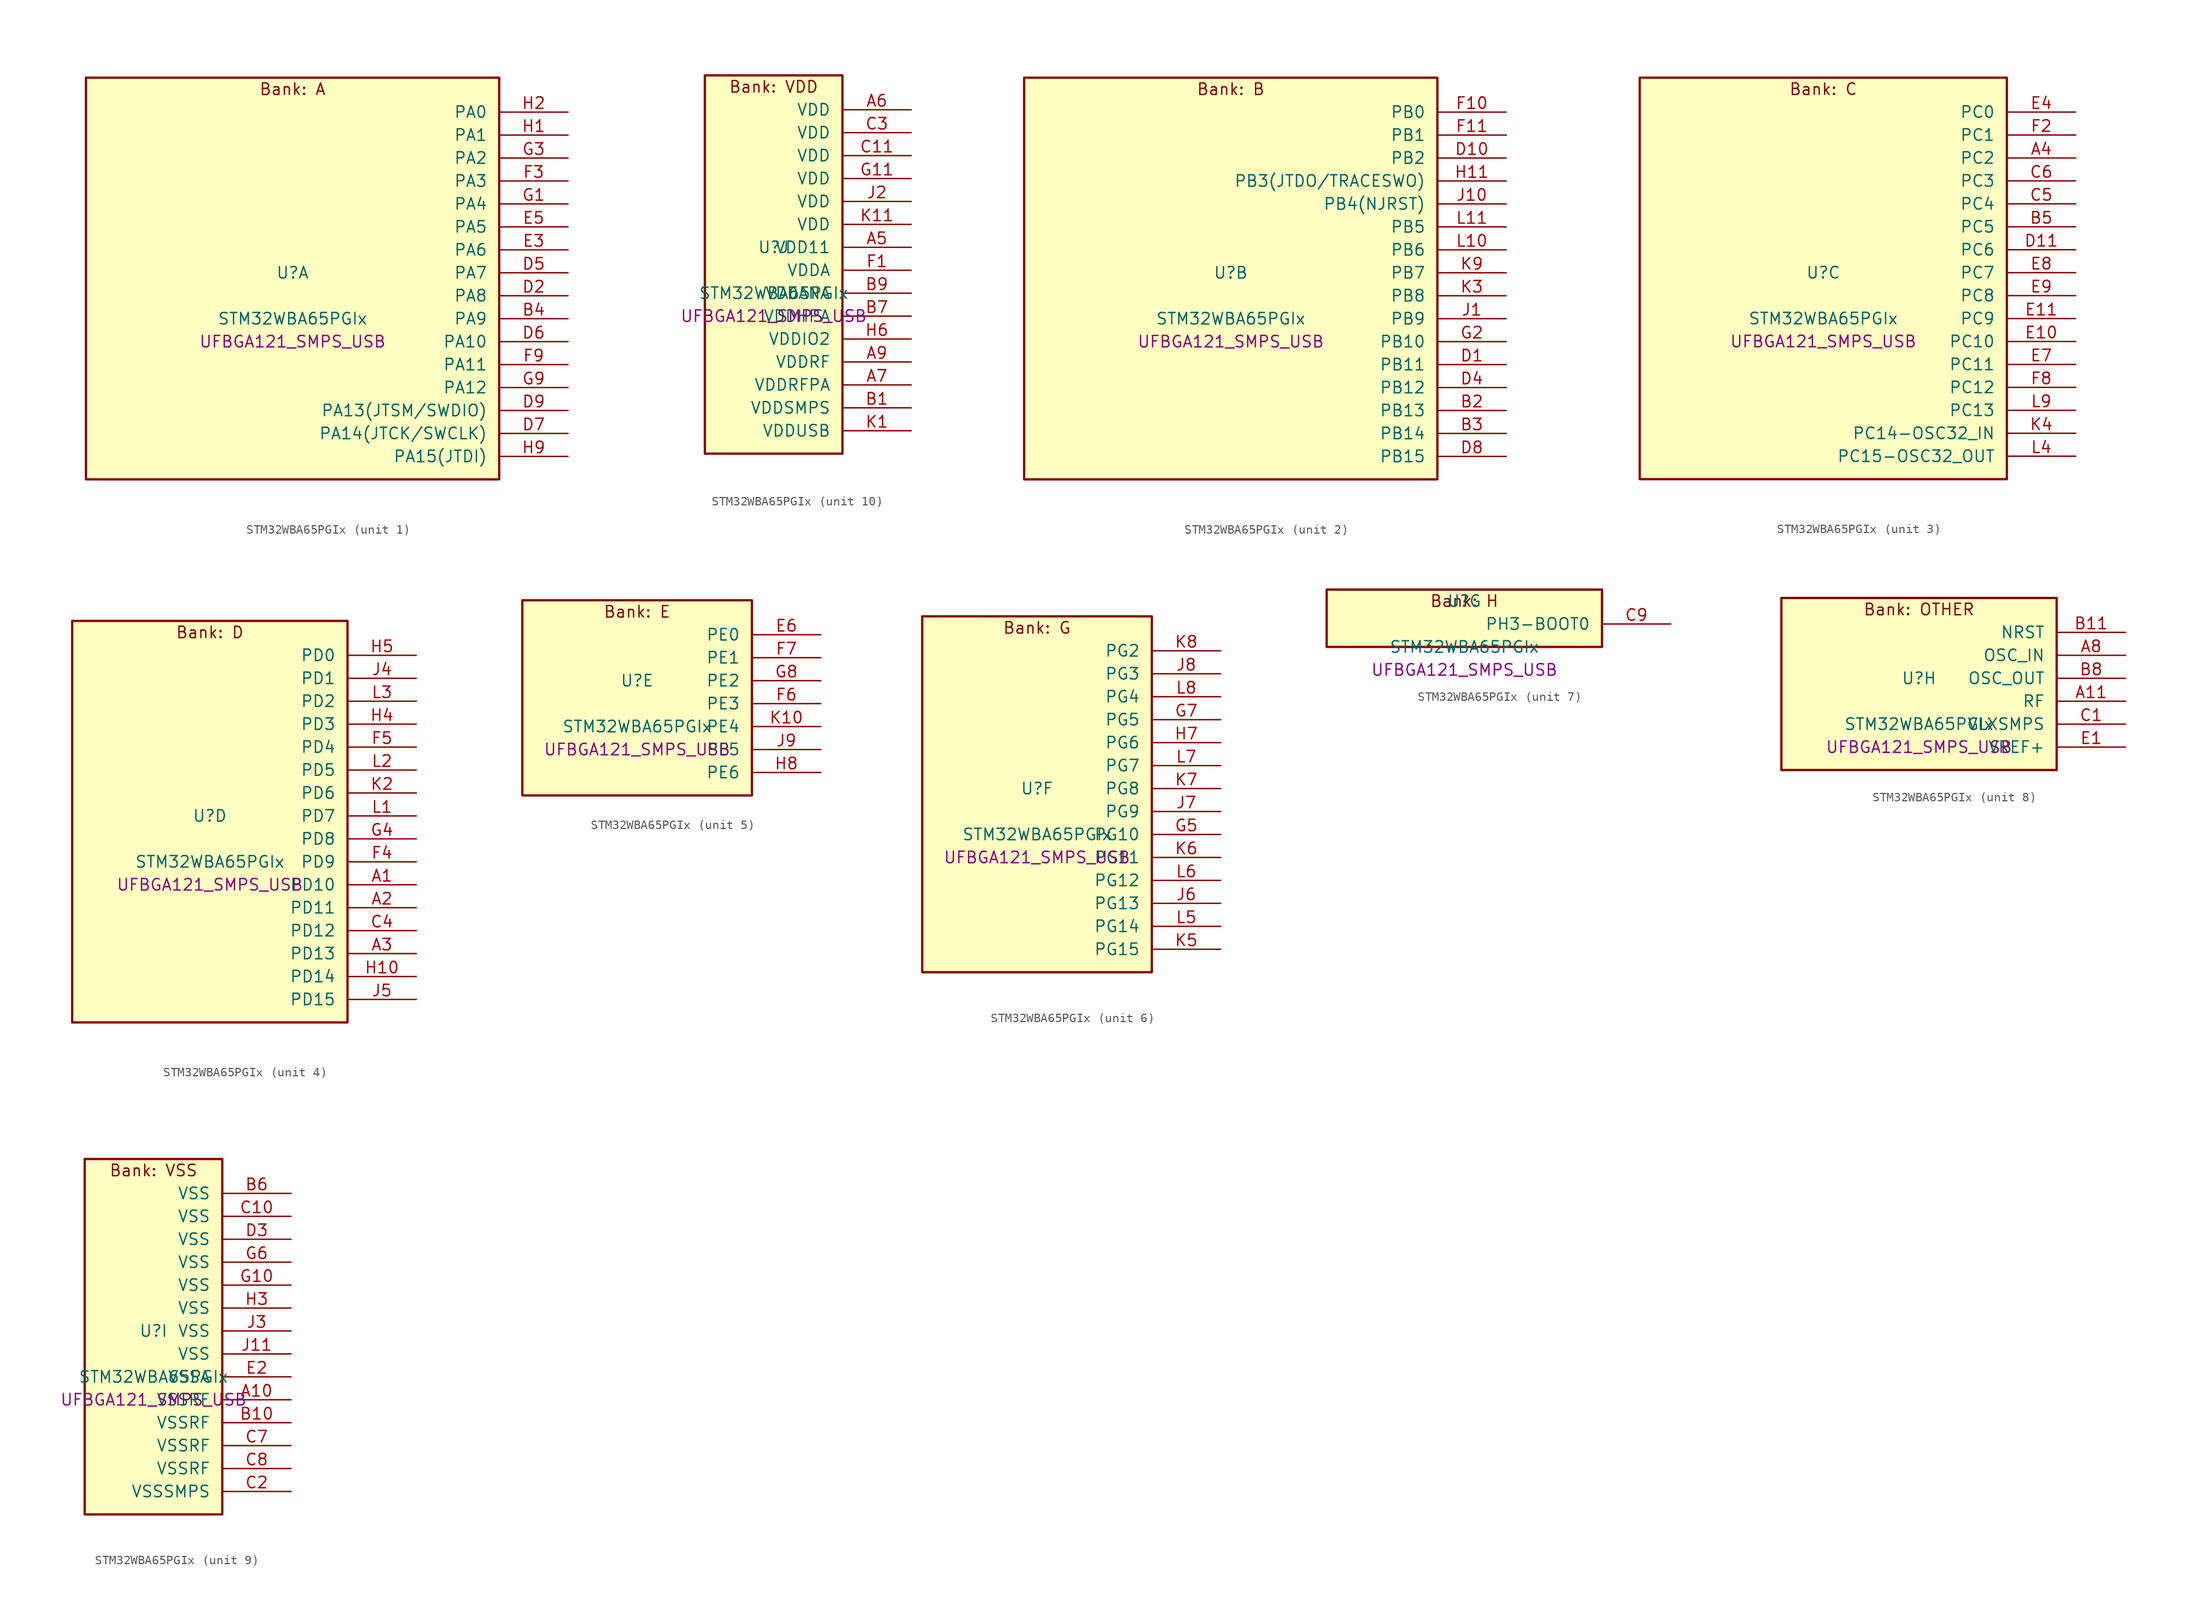
<source format=kicad_sym>
(kicad_symbol_lib
  (version 20241209)
  (generator "stm32_pkl_generator")
  (generator_version "1.0")
  (symbol "STM32WBA65PGIx"
    (pin_names
      (offset 1.27))
    (property "Reference" "U"
      (at 0 2.54 0))
    (property "Value" "STM32WBA65PGIx"
      (at 0 -2.54 0))
    (property "Footprint" "UFBGA121_SMPS_USB"
      (at 0 -5.08 0))
    (symbol "STM32WBA65PGIx_1_1"
      (rectangle (start -22.86 24.13) (end 22.86 -20.32) (stroke (width 0.254) (type solid)) (fill (type background)))
      (text "Bank: A" (at 0 22.86 0))
      (pin bidirectional line (at 30.48 20.32 180) (length 7.62) (name "PA0") (number "H2") (alternate "PA0/ADC4_IN9" bidirectional line) (alternate "PA0/COMP2_INP" bidirectional line) (alternate "PA0/LPTIM1_IN1" bidirectional line) (alternate "PA0/LPUART1_CTS" bidirectional line) (alternate "PA0/PWR_WKUP1" bidirectional line) (alternate "PA0/SPI3_SCK" bidirectional line) (alternate "PA0/TIM1_CH2N" bidirectional line) (alternate "PA0/TIM3_CH3" bidirectional line) (alternate "PA0/TIM3_ETR" bidirectional line) (alternate "PA0/TSC_G2_IO2" bidirectional line))
      (pin bidirectional line (at 30.48 17.78 180) (length 7.62) (name "PA1") (number "H1") (alternate "PA1/ADC4_IN8" bidirectional line) (alternate "PA1/COMP1_INM" bidirectional line) (alternate "PA1/LPTIM2_CH2" bidirectional line) (alternate "PA1/LPUART1_RX" bidirectional line) (alternate "PA1/PWR_WKUP3" bidirectional line) (alternate "PA1/SAI1_CK1" bidirectional line) (alternate "PA1/SPI1_RDY" bidirectional line) (alternate "PA1/SPI3_MISO" bidirectional line) (alternate "PA1/TIM17_CH1" bidirectional line) (alternate "PA1/TIM1_CH1N" bidirectional line) (alternate "PA1/TIM3_CH2" bidirectional line) (alternate "PA1/TSC_G2_IO1" bidirectional line) (alternate "PA1/USART1_CK" bidirectional line))
      (pin bidirectional line (at 30.48 15.24 180) (length 7.62) (name "PA2") (number "G3") (alternate "PA2/ADC4_IN7" bidirectional line) (alternate "PA2/COMP1_INP" bidirectional line) (alternate "PA2/LPUART1_TX" bidirectional line) (alternate "PA2/PWR_WKUP4" bidirectional line) (alternate "PA2/RCC_LSCO" bidirectional line) (alternate "PA2/SAI1_D1" bidirectional line) (alternate "PA2/TIM16_CH1" bidirectional line) (alternate "PA2/TIM1_BKIN" bidirectional line) (alternate "PA2/TIM3_CH1" bidirectional line) (alternate "PA2/TSC_G4_IO4" bidirectional line) (alternate "PA2/USART1_DE" bidirectional line) (alternate "PA2/USART1_RTS" bidirectional line))
      (pin bidirectional line (at 30.48 12.7 180) (length 7.62) (name "PA3") (number "F3") (alternate "PA3/ADC4_IN6" bidirectional line) (alternate "PA3/PWR_WKUP5" bidirectional line) (alternate "PA3/TIM16_CH1N" bidirectional line) (alternate "PA3/TSC_G4_IO2" bidirectional line) (alternate "PA3/USART1_DE" bidirectional line) (alternate "PA3/USART1_RTS" bidirectional line))
      (pin bidirectional line (at 30.48 10.16 180) (length 7.62) (name "PA4") (number "G1") (alternate "PA4/ADC4_IN5" bidirectional line) (alternate "PA4/AUDIOCLK" bidirectional line) (alternate "PA4/PWR_WKUP2" bidirectional line) (alternate "PA4/TAMP_IN6" bidirectional line) (alternate "PA4/TAMP_OUT3" bidirectional line) (alternate "PA4/TIM16_CH1" bidirectional line) (alternate "PA4/TSC_G4_IO1" bidirectional line) (alternate "PA4/USART1_CTS" bidirectional line))
      (pin bidirectional line (at 30.48 7.62 180) (length 7.62) (name "PA5") (number "E5") (alternate "PA5/ADC4_IN4" bidirectional line) (alternate "PA5/AUDIOCLK" bidirectional line) (alternate "PA5/LPTIM2_ETR" bidirectional line) (alternate "PA5/PWR_CSLEEP" bidirectional line) (alternate "PA5/PWR_WKUP6" bidirectional line) (alternate "PA5/SAI1_D2" bidirectional line) (alternate "PA5/SPI3_NSS" bidirectional line) (alternate "PA5/TIM2_CH1" bidirectional line) (alternate "PA5/TIM2_ETR" bidirectional line) (alternate "PA5/TSC_G1_IO4" bidirectional line) (alternate "PA5/USART1_CK" bidirectional line) (alternate "PA5/USART3_RX" bidirectional line))
      (pin bidirectional line (at 30.48 5.08 180) (length 7.62) (name "PA6") (number "E3") (alternate "PA6/ADC4_IN3" bidirectional line) (alternate "PA6/I2C3_SCL" bidirectional line) (alternate "PA6/PWR_CSTOP" bidirectional line) (alternate "PA6/PWR_WKUP7" bidirectional line) (alternate "PA6/SAI1_CK2" bidirectional line) (alternate "PA6/SAI1_MCLK_A" bidirectional line) (alternate "PA6/SPI3_RDY" bidirectional line) (alternate "PA6/TIM2_CH4" bidirectional line) (alternate "PA6/TSC_G1_IO3" bidirectional line) (alternate "PA6/USART1_DE" bidirectional line) (alternate "PA6/USART1_RTS" bidirectional line) (alternate "PA6/USART3_CTS" bidirectional line))
      (pin bidirectional line (at 30.48 2.54 180) (length 7.62) (name "PA7") (number "D5") (alternate "PA7/ADC4_IN2" bidirectional line) (alternate "PA7/COMP1_OUT" bidirectional line) (alternate "PA7/I2C3_SDA" bidirectional line) (alternate "PA7/PWR_WKUP8" bidirectional line) (alternate "PA7/SAI1_SCK_A" bidirectional line) (alternate "PA7/SPI3_SCK" bidirectional line) (alternate "PA7/TAMP_IN1" bidirectional line) (alternate "PA7/TAMP_OUT2" bidirectional line) (alternate "PA7/TIM2_CH3" bidirectional line) (alternate "PA7/TSC_G1_IO2" bidirectional line) (alternate "PA7/USART1_CTS" bidirectional line) (alternate "PA7/USART3_TX" bidirectional line))
      (pin bidirectional line (at 30.48 0 180) (length 7.62) (name "PA8") (number "D2") (alternate "PA8/ADC4_IN1" bidirectional line) (alternate "PA8/LPTIM1_CH2" bidirectional line) (alternate "PA8/RCC_MCO" bidirectional line) (alternate "PA8/SAI1_FS_A" bidirectional line) (alternate "PA8/SPI3_RDY" bidirectional line) (alternate "PA8/TIM2_CH2" bidirectional line) (alternate "PA8/TSC_G1_IO1" bidirectional line) (alternate "PA8/USART1_RX" bidirectional line) (alternate "PA8/USB_OTG_HS_SOF" bidirectional line))
      (pin bidirectional line (at 30.48 -2.54 180) (length 7.62) (name "PA9") (number "B4") (alternate "PA9/LPUART1_DE" bidirectional line) (alternate "PA9/LPUART1_RTS" bidirectional line) (alternate "PA9/SAI1_CK1" bidirectional line) (alternate "PA9/SPI2_MISO" bidirectional line) (alternate "PA9/SPI2_SCK" bidirectional line) (alternate "PA9/TIM3_CH2" bidirectional line))
      (pin bidirectional line (at 30.48 -5.08 180) (length 7.62) (name "PA10") (number "D6") (alternate "PA10/LPUART1_RX" bidirectional line) (alternate "PA10/SAI1_D1" bidirectional line) (alternate "PA10/SPI2_NSS" bidirectional line) (alternate "PA10/TIM3_CH1" bidirectional line))
      (pin bidirectional line (at 30.48 -7.62 180) (length 7.62) (name "PA11") (number "F9") (alternate "PA11/LPTIM2_CH1" bidirectional line) (alternate "PA11/RF_ANTSW1" bidirectional line) (alternate "PA11/TIM1_CH1" bidirectional line) (alternate "PA11/USART2_RX" bidirectional line))
      (pin bidirectional line (at 30.48 -10.16 180) (length 7.62) (name "PA12") (number "G9") (alternate "PA12/COMP2_OUT" bidirectional line) (alternate "PA12/PTA_STATUS" bidirectional line) (alternate "PA12/PWR_WKUP6" bidirectional line) (alternate "PA12/RF_ANTSW0" bidirectional line) (alternate "PA12/SPI1_NSS" bidirectional line) (alternate "PA12/TIM1_CH2" bidirectional line) (alternate "PA12/TSC_G3_IO4" bidirectional line) (alternate "PA12/USART2_TX" bidirectional line))
      (pin bidirectional line (at 30.48 -12.7 180) (length 7.62) (name "PA13(JTSM/SWDIO)") (number "D9") (alternate "PA13(JTSM/SWDIO)/DEBUG_JTMS-SWDIO" bidirectional line) (alternate "PA13(JTSM/SWDIO)/IR_OUT" bidirectional line) (alternate "PA13(JTSM/SWDIO)/PTA_PRIORITY" bidirectional line))
      (pin bidirectional line (at 30.48 -15.24 180) (length 7.62) (name "PA14(JTCK/SWCLK)") (number "D7") (alternate "PA14(JTCK/SWCLK)/COMP2_OUT" bidirectional line) (alternate "PA14(JTCK/SWCLK)/DEBUG_JTCK-SWCLK" bidirectional line) (alternate "PA14(JTCK/SWCLK)/I2C4_SMBA" bidirectional line) (alternate "PA14(JTCK/SWCLK)/PTA_STATUS" bidirectional line) (alternate "PA14(JTCK/SWCLK)/TAMP_IN3" bidirectional line) (alternate "PA14(JTCK/SWCLK)/TAMP_OUT6" bidirectional line) (alternate "PA14(JTCK/SWCLK)/USART2_TX" bidirectional line) (alternate "PA14(JTCK/SWCLK)/USB_OTG_HS_SOF" bidirectional line))
      (pin bidirectional line (at 30.48 -17.78 180) (length 7.62) (name "PA15(JTDI)") (number "H9") (alternate "PA15(JTDI)/ADC4_EXTI15" bidirectional line) (alternate "PA15(JTDI)/DEBUG_JTDI" bidirectional line) (alternate "PA15(JTDI)/I2C1_SCL" bidirectional line) (alternate "PA15(JTDI)/LPTIM1_CH2" bidirectional line) (alternate "PA15(JTDI)/PTA_STATUS" bidirectional line) (alternate "PA15(JTDI)/SPI1_MOSI" bidirectional line) (alternate "PA15(JTDI)/TIM17_BKIN" bidirectional line) (alternate "PA15(JTDI)/TIM1_ETR" bidirectional line) (alternate "PA15(JTDI)/TSC_G3_IO3" bidirectional line) (alternate "PA15(JTDI)/USART2_DE" bidirectional line) (alternate "PA15(JTDI)/USART2_RTS" bidirectional line) (alternate "PA15(JTDI)/USART3_DE" bidirectional line) (alternate "PA15(JTDI)/USART3_RTS" bidirectional line)))
    (symbol "STM32WBA65PGIx_2_1"
      (rectangle (start -22.86 24.13) (end 22.86 -20.32) (stroke (width 0.254) (type solid)) (fill (type background)))
      (text "Bank: B" (at 0 22.86 0))
      (pin bidirectional line (at 30.48 20.32 180) (length 7.62) (name "PB0") (number "F10") (alternate "PB0/LPTIM2_IN2" bidirectional line) (alternate "PB0/SPI2_MOSI" bidirectional line) (alternate "PB0/TIM1_CH3N" bidirectional line) (alternate "PB0/USART2_TX" bidirectional line) (alternate "PB0/USART3_CK" bidirectional line))
      (pin bidirectional line (at 30.48 17.78 180) (length 7.62) (name "PB1") (number "F11") (alternate "PB1/I2C1_SDA" bidirectional line) (alternate "PB1/I2C3_SDA" bidirectional line) (alternate "PB1/PWR_WKUP4" bidirectional line) (alternate "PB1/TIM1_CH2N" bidirectional line) (alternate "PB1/USART2_DE" bidirectional line) (alternate "PB1/USART2_RTS" bidirectional line) (alternate "PB1/USART3_DE" bidirectional line) (alternate "PB1/USART3_RTS" bidirectional line))
      (pin bidirectional line (at 30.48 15.24 180) (length 7.62) (name "PB2") (number "D10") (alternate "PB2/I2C1_SCL" bidirectional line) (alternate "PB2/I2C3_SCL" bidirectional line) (alternate "PB2/PWR_WKUP1" bidirectional line) (alternate "PB2/RF_ANTSW2" bidirectional line) (alternate "PB2/RTC_OUT2" bidirectional line) (alternate "PB2/TIM1_CH1N" bidirectional line) (alternate "PB2/USART2_CTS" bidirectional line))
      (pin bidirectional line (at 30.48 12.7 180) (length 7.62) (name "PB3(JTDO/TRACESWO)") (number "H11") (alternate "PB3(JTDO/TRACESWO)/DEBUG_JTDO-SWO" bidirectional line) (alternate "PB3(JTDO/TRACESWO)/I2C1_SDA" bidirectional line) (alternate "PB3(JTDO/TRACESWO)/LPTIM1_IN2" bidirectional line) (alternate "PB3(JTDO/TRACESWO)/PTA_ACTIVE" bidirectional line) (alternate "PB3(JTDO/TRACESWO)/SPI1_MISO" bidirectional line) (alternate "PB3(JTDO/TRACESWO)/TIM17_CH1N" bidirectional line) (alternate "PB3(JTDO/TRACESWO)/TIM1_CH4" bidirectional line) (alternate "PB3(JTDO/TRACESWO)/TSC_G3_IO2" bidirectional line) (alternate "PB3(JTDO/TRACESWO)/USART2_CK" bidirectional line))
      (pin bidirectional line (at 30.48 10.16 180) (length 7.62) (name "PB4(NJRST)") (number "J10") (alternate "PB4(NJRST)/DEBUG_NJTRST" bidirectional line) (alternate "PB4(NJRST)/LPTIM2_IN2" bidirectional line) (alternate "PB4(NJRST)/PTA_ACTIVE" bidirectional line) (alternate "PB4(NJRST)/PTA_PRIORITY" bidirectional line) (alternate "PB4(NJRST)/SAI1_MCLK_B" bidirectional line) (alternate "PB4(NJRST)/SPI1_SCK" bidirectional line) (alternate "PB4(NJRST)/TIM17_CH1" bidirectional line) (alternate "PB4(NJRST)/TIM1_CH3" bidirectional line) (alternate "PB4(NJRST)/TSC_G3_IO1" bidirectional line) (alternate "PB4(NJRST)/USART2_RX" bidirectional line))
      (pin bidirectional line (at 30.48 7.62 180) (length 7.62) (name "PB5") (number "L11") (alternate "PB5/LPUART1_TX" bidirectional line) (alternate "PB5/SAI1_D2" bidirectional line) (alternate "PB5/SAI1_FS_B" bidirectional line) (alternate "PB5/TIM3_CH1" bidirectional line) (alternate "PB5/TSC_G5_IO4" bidirectional line))
      (pin bidirectional line (at 30.48 5.08 180) (length 7.62) (name "PB6") (number "L10") (alternate "PB6/PWR_WKUP3" bidirectional line) (alternate "PB6/SAI1_SCK_B" bidirectional line) (alternate "PB6/TIM2_CH1" bidirectional line) (alternate "PB6/TIM2_ETR" bidirectional line) (alternate "PB6/TIM4_CH1" bidirectional line) (alternate "PB6/TSC_G5_IO3" bidirectional line))
      (pin bidirectional line (at 30.48 2.54 180) (length 7.62) (name "PB7") (number "K9") (alternate "PB7/PWR_WKUP5" bidirectional line) (alternate "PB7/SAI1_SD_B" bidirectional line) (alternate "PB7/TAMP_IN5" bidirectional line) (alternate "PB7/TAMP_OUT4" bidirectional line) (alternate "PB7/TIM1_CH4N" bidirectional line) (alternate "PB7/TIM4_CH2" bidirectional line) (alternate "PB7/TSC_G5_IO2" bidirectional line))
      (pin bidirectional line (at 30.48 0 180) (length 7.62) (name "PB8") (number "K3") (alternate "PB8/COMP1_OUT" bidirectional line) (alternate "PB8/LPTIM1_ETR" bidirectional line) (alternate "PB8/PWR_PVD_IN" bidirectional line) (alternate "PB8/SPI3_MOSI" bidirectional line) (alternate "PB8/TIM16_CH1N" bidirectional line) (alternate "PB8/TIM1_CH1" bidirectional line) (alternate "PB8/TIM3_ETR" bidirectional line) (alternate "PB8/TIM4_CH3" bidirectional line) (alternate "PB8/TSC_G2_IO4" bidirectional line) (alternate "PB8/USART2_RX" bidirectional line))
      (pin bidirectional line (at 30.48 -2.54 180) (length 7.62) (name "PB9") (number "J1") (alternate "PB9/ADC4_IN10" bidirectional line) (alternate "PB9/COMP2_INM" bidirectional line) (alternate "PB9/IR_OUT" bidirectional line) (alternate "PB9/LPTIM2_IN1" bidirectional line) (alternate "PB9/LPUART1_DE" bidirectional line) (alternate "PB9/LPUART1_RTS" bidirectional line) (alternate "PB9/PWR_WKUP8" bidirectional line) (alternate "PB9/SPI2_NSS" bidirectional line) (alternate "PB9/SPI3_MISO" bidirectional line) (alternate "PB9/TIM16_CH1" bidirectional line) (alternate "PB9/TIM1_CH3N" bidirectional line) (alternate "PB9/TIM3_CH4" bidirectional line) (alternate "PB9/TIM4_CH4" bidirectional line) (alternate "PB9/TSC_G2_IO3" bidirectional line))
      (pin bidirectional line (at 30.48 -5.08 180) (length 7.62) (name "PB10") (number "G2") (alternate "PB10/I2C2_SCL" bidirectional line) (alternate "PB10/I2C4_SCL" bidirectional line) (alternate "PB10/SPI2_SCK" bidirectional line) (alternate "PB10/TIM16_BKIN" bidirectional line) (alternate "PB10/TSC_G4_IO3" bidirectional line) (alternate "PB10/USART1_CK" bidirectional line) (alternate "PB10/USART3_TX" bidirectional line))
      (pin bidirectional line (at 30.48 -7.62 180) (length 7.62) (name "PB11") (number "D1") (alternate "PB11/I2C2_SDA" bidirectional line) (alternate "PB11/I2C4_SDA" bidirectional line) (alternate "PB11/LPTIM1_CH1" bidirectional line) (alternate "PB11/LPTIM1_ETR" bidirectional line) (alternate "PB11/LPUART1_TX" bidirectional line) (alternate "PB11/SPI2_RDY" bidirectional line) (alternate "PB11/USART3_RX" bidirectional line))
      (pin bidirectional line (at 30.48 -10.16 180) (length 7.62) (name "PB12") (number "D4") (alternate "PB12/I2C2_SMBA" bidirectional line) (alternate "PB12/SAI1_SD_A" bidirectional line) (alternate "PB12/SPI1_RDY" bidirectional line) (alternate "PB12/SPI2_NSS" bidirectional line) (alternate "PB12/TIM2_CH1" bidirectional line) (alternate "PB12/TIM2_ETR" bidirectional line) (alternate "PB12/TIM3_ETR" bidirectional line) (alternate "PB12/TSC_SYNC" bidirectional line) (alternate "PB12/USART1_TX" bidirectional line) (alternate "PB12/USART3_CK" bidirectional line))
      (pin bidirectional line (at 30.48 -12.7 180) (length 7.62) (name "PB13") (number "B2") (alternate "PB13/I2C2_SCL" bidirectional line) (alternate "PB13/SPI2_SCK" bidirectional line) (alternate "PB13/TIM3_CH4" bidirectional line) (alternate "PB13/TSC_G6_IO2" bidirectional line) (alternate "PB13/USART3_CTS" bidirectional line))
      (pin bidirectional line (at 30.48 -15.24 180) (length 7.62) (name "PB14") (number "B3") (alternate "PB14/I2C2_SDA" bidirectional line) (alternate "PB14/PWR_WKUP7" bidirectional line) (alternate "PB14/RTC_REFIN" bidirectional line) (alternate "PB14/SAI1_SD_A" bidirectional line) (alternate "PB14/SPI2_MISO" bidirectional line) (alternate "PB14/TIM3_CH3" bidirectional line) (alternate "PB14/TSC_G6_IO1" bidirectional line) (alternate "PB14/USART1_TX" bidirectional line) (alternate "PB14/USART3_DE" bidirectional line) (alternate "PB14/USART3_RTS" bidirectional line))
      (pin bidirectional line (at 30.48 -17.78 180) (length 7.62) (name "PB15") (number "D8") (alternate "PB15/ADC4_EXTI15" bidirectional line) (alternate "PB15/I2C1_SMBA" bidirectional line) (alternate "PB15/I2C3_SMBA" bidirectional line) (alternate "PB15/LPUART1_CTS" bidirectional line) (alternate "PB15/PTA_GRANT" bidirectional line) (alternate "PB15/RF_EXTPABYP" bidirectional line) (alternate "PB15/TIM16_BKIN" bidirectional line) (alternate "PB15/TIM1_BKIN2" bidirectional line) (alternate "PB15/USART2_CTS" bidirectional line)))
    (symbol "STM32WBA65PGIx_3_1"
      (rectangle (start -20.32 24.13) (end 20.32 -20.32) (stroke (width 0.254) (type solid)) (fill (type background)))
      (text "Bank: C" (at 0 22.86 0))
      (pin bidirectional line (at 27.94 20.32 180) (length 7.62) (name "PC0") (number "E4") (alternate "PC0/I2C3_SCL" bidirectional line) (alternate "PC0/LPTIM1_IN1" bidirectional line) (alternate "PC0/LPTIM2_IN1" bidirectional line) (alternate "PC0/LPUART1_RX" bidirectional line) (alternate "PC0/SPI2_RDY" bidirectional line))
      (pin bidirectional line (at 27.94 17.78 180) (length 7.62) (name "PC1") (number "F2") (alternate "PC1/I2C3_SDA" bidirectional line) (alternate "PC1/LPTIM1_CH1" bidirectional line) (alternate "PC1/LPUART1_TX" bidirectional line) (alternate "PC1/SAI1_SD_A" bidirectional line) (alternate "PC1/SPI2_MOSI" bidirectional line))
      (pin bidirectional line (at 27.94 15.24 180) (length 7.62) (name "PC2") (number "A4") (alternate "PC2/LPTIM1_IN2" bidirectional line) (alternate "PC2/SPI2_MISO" bidirectional line))
      (pin bidirectional line (at 27.94 12.7 180) (length 7.62) (name "PC3") (number "C6") (alternate "PC3/LPTIM1_ETR" bidirectional line) (alternate "PC3/LPTIM2_ETR" bidirectional line) (alternate "PC3/SAI1_D1" bidirectional line) (alternate "PC3/SAI1_SD_A" bidirectional line) (alternate "PC3/SPI2_MOSI" bidirectional line) (alternate "PC3/SPI3_MOSI" bidirectional line) (alternate "PC3/TIM3_CH1" bidirectional line))
      (pin bidirectional line (at 27.94 10.16 180) (length 7.62) (name "PC4") (number "C5") (alternate "PC4/LPTIM2_CH2" bidirectional line) (alternate "PC4/SAI1_D2" bidirectional line) (alternate "PC4/SAI1_FS_A" bidirectional line) (alternate "PC4/SPI3_MISO" bidirectional line) (alternate "PC4/TIM3_CH2" bidirectional line) (alternate "PC4/USART3_TX" bidirectional line))
      (pin bidirectional line (at 27.94 7.62 180) (length 7.62) (name "PC5") (number "B5") (alternate "PC5/SAI1_D3" bidirectional line) (alternate "PC5/SAI1_SD_B" bidirectional line) (alternate "PC5/TIM1_CH4N" bidirectional line) (alternate "PC5/USART3_RX" bidirectional line))
      (pin bidirectional line (at 27.94 5.08 180) (length 7.62) (name "PC6") (number "D11") (alternate "PC6/PWR_CSLEEP" bidirectional line) (alternate "PC6/TIM3_CH1" bidirectional line))
      (pin bidirectional line (at 27.94 2.54 180) (length 7.62) (name "PC7") (number "E8") (alternate "PC7/LPTIM2_CH2" bidirectional line) (alternate "PC7/PWR_CSTOP" bidirectional line) (alternate "PC7/TIM3_CH2" bidirectional line) (alternate "PC7/USART2_DE" bidirectional line) (alternate "PC7/USART2_RTS" bidirectional line))
      (pin bidirectional line (at 27.94 0 180) (length 7.62) (name "PC8") (number "E9") (alternate "PC8/TIM3_CH3" bidirectional line) (alternate "PC8/USART2_RX" bidirectional line))
      (pin bidirectional line (at 27.94 -2.54 180) (length 7.62) (name "PC9") (number "E11") (alternate "PC9/TIM3_CH4" bidirectional line) (alternate "PC9/USART2_TX" bidirectional line))
      (pin bidirectional line (at 27.94 -5.08 180) (length 7.62) (name "PC10") (number "E10") (alternate "PC10/SPI3_SCK" bidirectional line) (alternate "PC10/USART3_TX" bidirectional line))
      (pin bidirectional line (at 27.94 -7.62 180) (length 7.62) (name "PC11") (number "E7") (alternate "PC11/SPI3_MISO" bidirectional line) (alternate "PC11/USART3_RX" bidirectional line))
      (pin bidirectional line (at 27.94 -10.16 180) (length 7.62) (name "PC12") (number "F8") (alternate "PC12/SPI3_MOSI" bidirectional line) (alternate "PC12/USART3_CK" bidirectional line))
      (pin bidirectional line (at 27.94 -12.7 180) (length 7.62) (name "PC13") (number "L9") (alternate "PC13/PWR_WKUP2" bidirectional line) (alternate "PC13/RTC_OUT1" bidirectional line) (alternate "PC13/RTC_TS" bidirectional line) (alternate "PC13/TAMP_IN4" bidirectional line) (alternate "PC13/TAMP_OUT5" bidirectional line) (alternate "PC13/TIM1_BKIN2" bidirectional line) (alternate "PC13/TSC_G5_IO1" bidirectional line))
      (pin bidirectional line (at 27.94 -15.24 180) (length 7.62) (name "PC14-OSC32_IN") (number "K4") (alternate "PC14-OSC32_IN/RCC_OSC32_IN" bidirectional line))
      (pin bidirectional line (at 27.94 -17.78 180) (length 7.62) (name "PC15-OSC32_OUT") (number "L4") (alternate "PC15-OSC32_OUT/ADC4_EXTI15" bidirectional line) (alternate "PC15-OSC32_OUT/RCC_OSC32_OUT" bidirectional line)))
    (symbol "STM32WBA65PGIx_4_1"
      (rectangle (start -15.24 24.13) (end 15.24 -20.32) (stroke (width 0.254) (type solid)) (fill (type background)))
      (text "Bank: D" (at 0 22.86 0))
      (pin bidirectional line (at 22.86 20.32 180) (length 7.62) (name "PD0") (number "H5") (alternate "PD0/SPI2_NSS" bidirectional line) (alternate "PD0/TSC_G8_IO3" bidirectional line))
      (pin bidirectional line (at 22.86 17.78 180) (length 7.62) (name "PD1") (number "J4") (alternate "PD1/SPI2_SCK" bidirectional line) (alternate "PD1/TSC_G8_IO2" bidirectional line))
      (pin bidirectional line (at 22.86 15.24 180) (length 7.62) (name "PD2") (number "L3") (alternate "PD2/TIM3_ETR" bidirectional line) (alternate "PD2/TSC_SYNC" bidirectional line) (alternate "PD2/USART3_DE" bidirectional line) (alternate "PD2/USART3_RTS" bidirectional line))
      (pin bidirectional line (at 22.86 12.7 180) (length 7.62) (name "PD3") (number "H4") (alternate "PD3/SPI2_MISO" bidirectional line) (alternate "PD3/SPI2_SCK" bidirectional line) (alternate "PD3/TSC_G8_IO1" bidirectional line) (alternate "PD3/USART2_CTS" bidirectional line))
      (pin bidirectional line (at 22.86 10.16 180) (length 7.62) (name "PD4") (number "F5") (alternate "PD4/LPTIM2_IN2" bidirectional line) (alternate "PD4/USART3_RX" bidirectional line))
      (pin bidirectional line (at 22.86 7.62 180) (length 7.62) (name "PD5") (number "L2") (alternate "PD5/SAI1_D1" bidirectional line) (alternate "PD5/SAI1_SD_A" bidirectional line) (alternate "PD5/SPI3_MOSI" bidirectional line) (alternate "PD5/USART2_RX" bidirectional line))
      (pin bidirectional line (at 22.86 5.08 180) (length 7.62) (name "PD6") (number "K2") (alternate "PD6/USB_OTG_HS_DP" bidirectional line))
      (pin bidirectional line (at 22.86 2.54 180) (length 7.62) (name "PD7") (number "L1") (alternate "PD7/USB_OTG_HS_DM" bidirectional line))
      (pin bidirectional line (at 22.86 0 180) (length 7.62) (name "PD8") (number "G4") (alternate "PD8/USART2_CK" bidirectional line) (alternate "PD8/USB_OTG_HS_ID" bidirectional line))
      (pin bidirectional line (at 22.86 -2.54 180) (length 7.62) (name "PD9") (number "F4") (alternate "PD9/USART2_TX" bidirectional line) (alternate "PD9/USART3_TX" bidirectional line) (alternate "PD9/USB_OTG_HS_VBUS" bidirectional line))
      (pin bidirectional line (at 22.86 -5.08 180) (length 7.62) (name "PD10") (number "A1") (alternate "PD10/LPTIM2_CH2" bidirectional line) (alternate "PD10/USART3_CK" bidirectional line))
      (pin bidirectional line (at 22.86 -7.62 180) (length 7.62) (name "PD11") (number "A2") (alternate "PD11/I2C4_SMBA" bidirectional line) (alternate "PD11/LPTIM2_ETR" bidirectional line) (alternate "PD11/USART3_CTS" bidirectional line))
      (pin bidirectional line (at 22.86 -10.16 180) (length 7.62) (name "PD12") (number "C4") (alternate "PD12/I2C4_SCL" bidirectional line) (alternate "PD12/LPTIM2_IN1" bidirectional line) (alternate "PD12/TIM4_CH1" bidirectional line) (alternate "PD12/TSC_G6_IO3" bidirectional line) (alternate "PD12/USART3_DE" bidirectional line) (alternate "PD12/USART3_RTS" bidirectional line))
      (pin bidirectional line (at 22.86 -12.7 180) (length 7.62) (name "PD13") (number "A3") (alternate "PD13/I2C4_SDA" bidirectional line) (alternate "PD13/LPTIM2_CH1" bidirectional line) (alternate "PD13/TIM4_CH2" bidirectional line) (alternate "PD13/TSC_G6_IO4" bidirectional line))
      (pin bidirectional line (at 22.86 -15.24 180) (length 7.62) (name "PD14") (number "H10") (alternate "PD14/DEBUG_TRACED3" bidirectional line) (alternate "PD14/TIM4_CH3" bidirectional line))
      (pin bidirectional line (at 22.86 -17.78 180) (length 7.62) (name "PD15") (number "J5") (alternate "PD15/ADC4_EXTI15" bidirectional line) (alternate "PD15/TIM4_CH4" bidirectional line) (alternate "PD15/TSC_G8_IO4" bidirectional line)))
    (symbol "STM32WBA65PGIx_5_1"
      (rectangle (start -12.7 11.43) (end 12.7 -10.16) (stroke (width 0.254) (type solid)) (fill (type background)))
      (text "Bank: E" (at 0 10.16 0))
      (pin bidirectional line (at 20.32 7.62 180) (length 7.62) (name "PE0") (number "E6") (alternate "PE0/DEBUG_TRACECLK" bidirectional line) (alternate "PE0/TIM16_CH1" bidirectional line) (alternate "PE0/TIM4_ETR" bidirectional line) (alternate "PE0/TSC_G7_IO4" bidirectional line))
      (pin bidirectional line (at 20.32 5.08 180) (length 7.62) (name "PE1") (number "F7") (alternate "PE1/DEBUG_TRACED0" bidirectional line) (alternate "PE1/TIM17_CH1" bidirectional line) (alternate "PE1/TSC_G7_IO3" bidirectional line))
      (pin bidirectional line (at 20.32 2.54 180) (length 7.62) (name "PE2") (number "G8") (alternate "PE2/DEBUG_TRACED1" bidirectional line) (alternate "PE2/SAI1_CK1" bidirectional line) (alternate "PE2/SAI1_MCLK_A" bidirectional line) (alternate "PE2/TIM3_ETR" bidirectional line) (alternate "PE2/TSC_G7_IO2" bidirectional line))
      (pin bidirectional line (at 20.32 0 180) (length 7.62) (name "PE3") (number "F6") (alternate "PE3/DEBUG_TRACED2" bidirectional line) (alternate "PE3/SAI1_SD_B" bidirectional line) (alternate "PE3/TIM3_CH1" bidirectional line) (alternate "PE3/TSC_G7_IO1" bidirectional line))
      (pin bidirectional line (at 20.32 -2.54 180) (length 7.62) (name "PE4") (number "K10") (alternate "PE4/SAI1_D2" bidirectional line) (alternate "PE4/SAI1_FS_A" bidirectional line) (alternate "PE4/TIM3_CH2" bidirectional line))
      (pin bidirectional line (at 20.32 -5.08 180) (length 7.62) (name "PE5") (number "J9") (alternate "PE5/SAI1_CK2" bidirectional line) (alternate "PE5/SAI1_SCK_A" bidirectional line) (alternate "PE5/TIM3_CH3" bidirectional line))
      (pin bidirectional line (at 20.32 -7.62 180) (length 7.62) (name "PE6") (number "H8") (alternate "PE6/SAI1_D1" bidirectional line) (alternate "PE6/SAI1_SD_A" bidirectional line) (alternate "PE6/TIM3_CH4" bidirectional line)))
    (symbol "STM32WBA65PGIx_6_1"
      (rectangle (start -12.7 21.59) (end 12.7 -17.78) (stroke (width 0.254) (type solid)) (fill (type background)))
      (text "Bank: G" (at 0 20.32 0))
      (pin bidirectional line (at 20.32 17.78 180) (length 7.62) (name "PG2") (number "K8") (alternate "PG2/SAI1_SCK_B" bidirectional line) (alternate "PG2/SPI1_SCK" bidirectional line))
      (pin bidirectional line (at 20.32 15.24 180) (length 7.62) (name "PG3") (number "J8") (alternate "PG3/SAI1_FS_B" bidirectional line) (alternate "PG3/SPI1_MISO" bidirectional line))
      (pin bidirectional line (at 20.32 12.7 180) (length 7.62) (name "PG4") (number "L8") (alternate "PG4/SAI1_MCLK_B" bidirectional line) (alternate "PG4/SPI1_MOSI" bidirectional line))
      (pin bidirectional line (at 20.32 10.16 180) (length 7.62) (name "PG5") (number "G7") (alternate "PG5/LPUART1_CTS" bidirectional line) (alternate "PG5/SAI1_SD_B" bidirectional line) (alternate "PG5/SPI1_NSS" bidirectional line))
      (pin bidirectional line (at 20.32 7.62 180) (length 7.62) (name "PG6") (number "H7") (alternate "PG6/I2C3_SMBA" bidirectional line) (alternate "PG6/LPUART1_DE" bidirectional line) (alternate "PG6/LPUART1_RTS" bidirectional line) (alternate "PG6/SPI1_RDY" bidirectional line))
      (pin bidirectional line (at 20.32 5.08 180) (length 7.62) (name "PG7") (number "L7") (alternate "PG7/I2C3_SCL" bidirectional line) (alternate "PG7/LPUART1_TX" bidirectional line) (alternate "PG7/SAI1_CK1" bidirectional line) (alternate "PG7/SAI1_MCLK_A" bidirectional line))
      (pin bidirectional line (at 20.32 2.54 180) (length 7.62) (name "PG8") (number "K7") (alternate "PG8/I2C3_SDA" bidirectional line) (alternate "PG8/LPUART1_RX" bidirectional line))
      (pin bidirectional line (at 20.32 0 180) (length 7.62) (name "PG9") (number "J7") (alternate "PG9/SAI1_SCK_A" bidirectional line) (alternate "PG9/SPI3_SCK" bidirectional line) (alternate "PG9/USART1_TX" bidirectional line))
      (pin bidirectional line (at 20.32 -2.54 180) (length 7.62) (name "PG10") (number "G5") (alternate "PG10/LPTIM1_IN1" bidirectional line) (alternate "PG10/SAI1_FS_A" bidirectional line) (alternate "PG10/SPI3_MISO" bidirectional line) (alternate "PG10/USART1_RX" bidirectional line))
      (pin bidirectional line (at 20.32 -5.08 180) (length 7.62) (name "PG11") (number "K6") (alternate "PG11/LPTIM1_IN2" bidirectional line) (alternate "PG11/SAI1_MCLK_A" bidirectional line) (alternate "PG11/SPI3_MOSI" bidirectional line) (alternate "PG11/USART1_CTS" bidirectional line))
      (pin bidirectional line (at 20.32 -7.62 180) (length 7.62) (name "PG12") (number "L6") (alternate "PG12/LPTIM1_ETR" bidirectional line) (alternate "PG12/SAI1_SD_A" bidirectional line) (alternate "PG12/SPI3_NSS" bidirectional line) (alternate "PG12/USART1_DE" bidirectional line) (alternate "PG12/USART1_RTS" bidirectional line))
      (pin bidirectional line (at 20.32 -10.16 180) (length 7.62) (name "PG13") (number "J6") (alternate "PG13/I2C1_SDA" bidirectional line) (alternate "PG13/SPI3_RDY" bidirectional line) (alternate "PG13/USART1_CK" bidirectional line))
      (pin bidirectional line (at 20.32 -12.7 180) (length 7.62) (name "PG14") (number "L5") (alternate "PG14/I2C1_SCL" bidirectional line) (alternate "PG14/LPTIM1_CH2" bidirectional line))
      (pin bidirectional line (at 20.32 -15.24 180) (length 7.62) (name "PG15") (number "K5") (alternate "PG15/ADC4_EXTI15" bidirectional line) (alternate "PG15/I2C1_SMBA" bidirectional line) (alternate "PG15/LPTIM1_CH1" bidirectional line)))
    (symbol "STM32WBA65PGIx_7_1"
      (rectangle (start -15.24 3.81) (end 15.24 -2.54) (stroke (width 0.254) (type solid)) (fill (type background)))
      (text "Bank: H" (at 0 2.54 0))
      (pin bidirectional line (at 22.86 0 180) (length 7.62) (name "PH3-BOOT0") (number "C9") (alternate "PH3-BOOT0/PTA_GRANT" bidirectional line) (alternate "PH3-BOOT0/RF_EXTPABYP" bidirectional line) (alternate "PH3-BOOT0/TAMP_IN2" bidirectional line) (alternate "PH3-BOOT0/TAMP_OUT1" bidirectional line)))
    (symbol "STM32WBA65PGIx_8_1"
      (rectangle (start -15.24 11.43) (end 15.24 -7.62) (stroke (width 0.254) (type solid)) (fill (type background)))
      (text "Bank: OTHER" (at 0 10.16 0))
      (pin input line (at 22.86 7.62 180) (length 7.62) (name "NRST") (number "B11"))
      (pin bidirectional line (at 22.86 5.08 180) (length 7.62) (name "OSC_IN") (number "A8") (alternate "OSC_IN/RCC_OSC_IN" bidirectional line))
      (pin bidirectional line (at 22.86 2.54 180) (length 7.62) (name "OSC_OUT") (number "B8") (alternate "OSC_OUT/RCC_OSC_OUT" bidirectional line))
      (pin bidirectional line (at 22.86 0 180) (length 7.62) (name "RF") (number "A11"))
      (pin power_in line (at 22.86 -2.54 180) (length 7.62) (name "VLXSMPS") (number "C1"))
      (pin bidirectional line (at 22.86 -5.08 180) (length 7.62) (name "VREF+") (number "E1")))
    (symbol "STM32WBA65PGIx_9_1"
      (rectangle (start -7.62 21.59) (end 7.62 -17.78) (stroke (width 0.254) (type solid)) (fill (type background)))
      (text "Bank: VSS" (at 0 20.32 0))
      (pin power_in line (at 15.24 17.78 180) (length 7.62) (name "VSS") (number "B6"))
      (pin power_in line (at 15.24 15.24 180) (length 7.62) (name "VSS") (number "C10"))
      (pin power_in line (at 15.24 12.7 180) (length 7.62) (name "VSS") (number "D3"))
      (pin power_in line (at 15.24 10.16 180) (length 7.62) (name "VSS") (number "G6"))
      (pin power_in line (at 15.24 7.62 180) (length 7.62) (name "VSS") (number "G10"))
      (pin power_in line (at 15.24 5.08 180) (length 7.62) (name "VSS") (number "H3"))
      (pin power_in line (at 15.24 2.54 180) (length 7.62) (name "VSS") (number "J3"))
      (pin power_in line (at 15.24 0 180) (length 7.62) (name "VSS") (number "J11"))
      (pin power_in line (at 15.24 -2.54 180) (length 7.62) (name "VSSA") (number "E2"))
      (pin power_in line (at 15.24 -5.08 180) (length 7.62) (name "VSSRF") (number "A10"))
      (pin power_in line (at 15.24 -7.62 180) (length 7.62) (name "VSSRF") (number "B10"))
      (pin power_in line (at 15.24 -10.16 180) (length 7.62) (name "VSSRF") (number "C7"))
      (pin power_in line (at 15.24 -12.7 180) (length 7.62) (name "VSSRF") (number "C8"))
      (pin power_in line (at 15.24 -15.24 180) (length 7.62) (name "VSSSMPS") (number "C2")))
    (symbol "STM32WBA65PGIx_10_1"
      (rectangle (start -7.62 21.59) (end 7.62 -20.32) (stroke (width 0.254) (type solid)) (fill (type background)))
      (text "Bank: VDD" (at 0 20.32 0))
      (pin power_in line (at 15.24 17.78 180) (length 7.62) (name "VDD") (number "A6"))
      (pin power_in line (at 15.24 15.24 180) (length 7.62) (name "VDD") (number "C3"))
      (pin power_in line (at 15.24 12.7 180) (length 7.62) (name "VDD") (number "C11"))
      (pin power_in line (at 15.24 10.16 180) (length 7.62) (name "VDD") (number "G11"))
      (pin power_in line (at 15.24 7.62 180) (length 7.62) (name "VDD") (number "J2"))
      (pin power_in line (at 15.24 5.08 180) (length 7.62) (name "VDD") (number "K11"))
      (pin power_in line (at 15.24 2.54 180) (length 7.62) (name "VDD11") (number "A5"))
      (pin power_in line (at 15.24 0 180) (length 7.62) (name "VDDA") (number "F1"))
      (pin power_in line (at 15.24 -2.54 180) (length 7.62) (name "VDDANA") (number "B9"))
      (pin power_in line (at 15.24 -5.08 180) (length 7.62) (name "VDDHPA") (number "B7"))
      (pin power_in line (at 15.24 -7.62 180) (length 7.62) (name "VDDIO2") (number "H6"))
      (pin power_in line (at 15.24 -10.16 180) (length 7.62) (name "VDDRF") (number "A9"))
      (pin power_in line (at 15.24 -12.7 180) (length 7.62) (name "VDDRFPA") (number "A7"))
      (pin power_in line (at 15.24 -15.24 180) (length 7.62) (name "VDDSMPS") (number "B1"))
      (pin power_in line (at 15.24 -17.78 180) (length 7.62) (name "VDDUSB") (number "K1")))))
</source>
